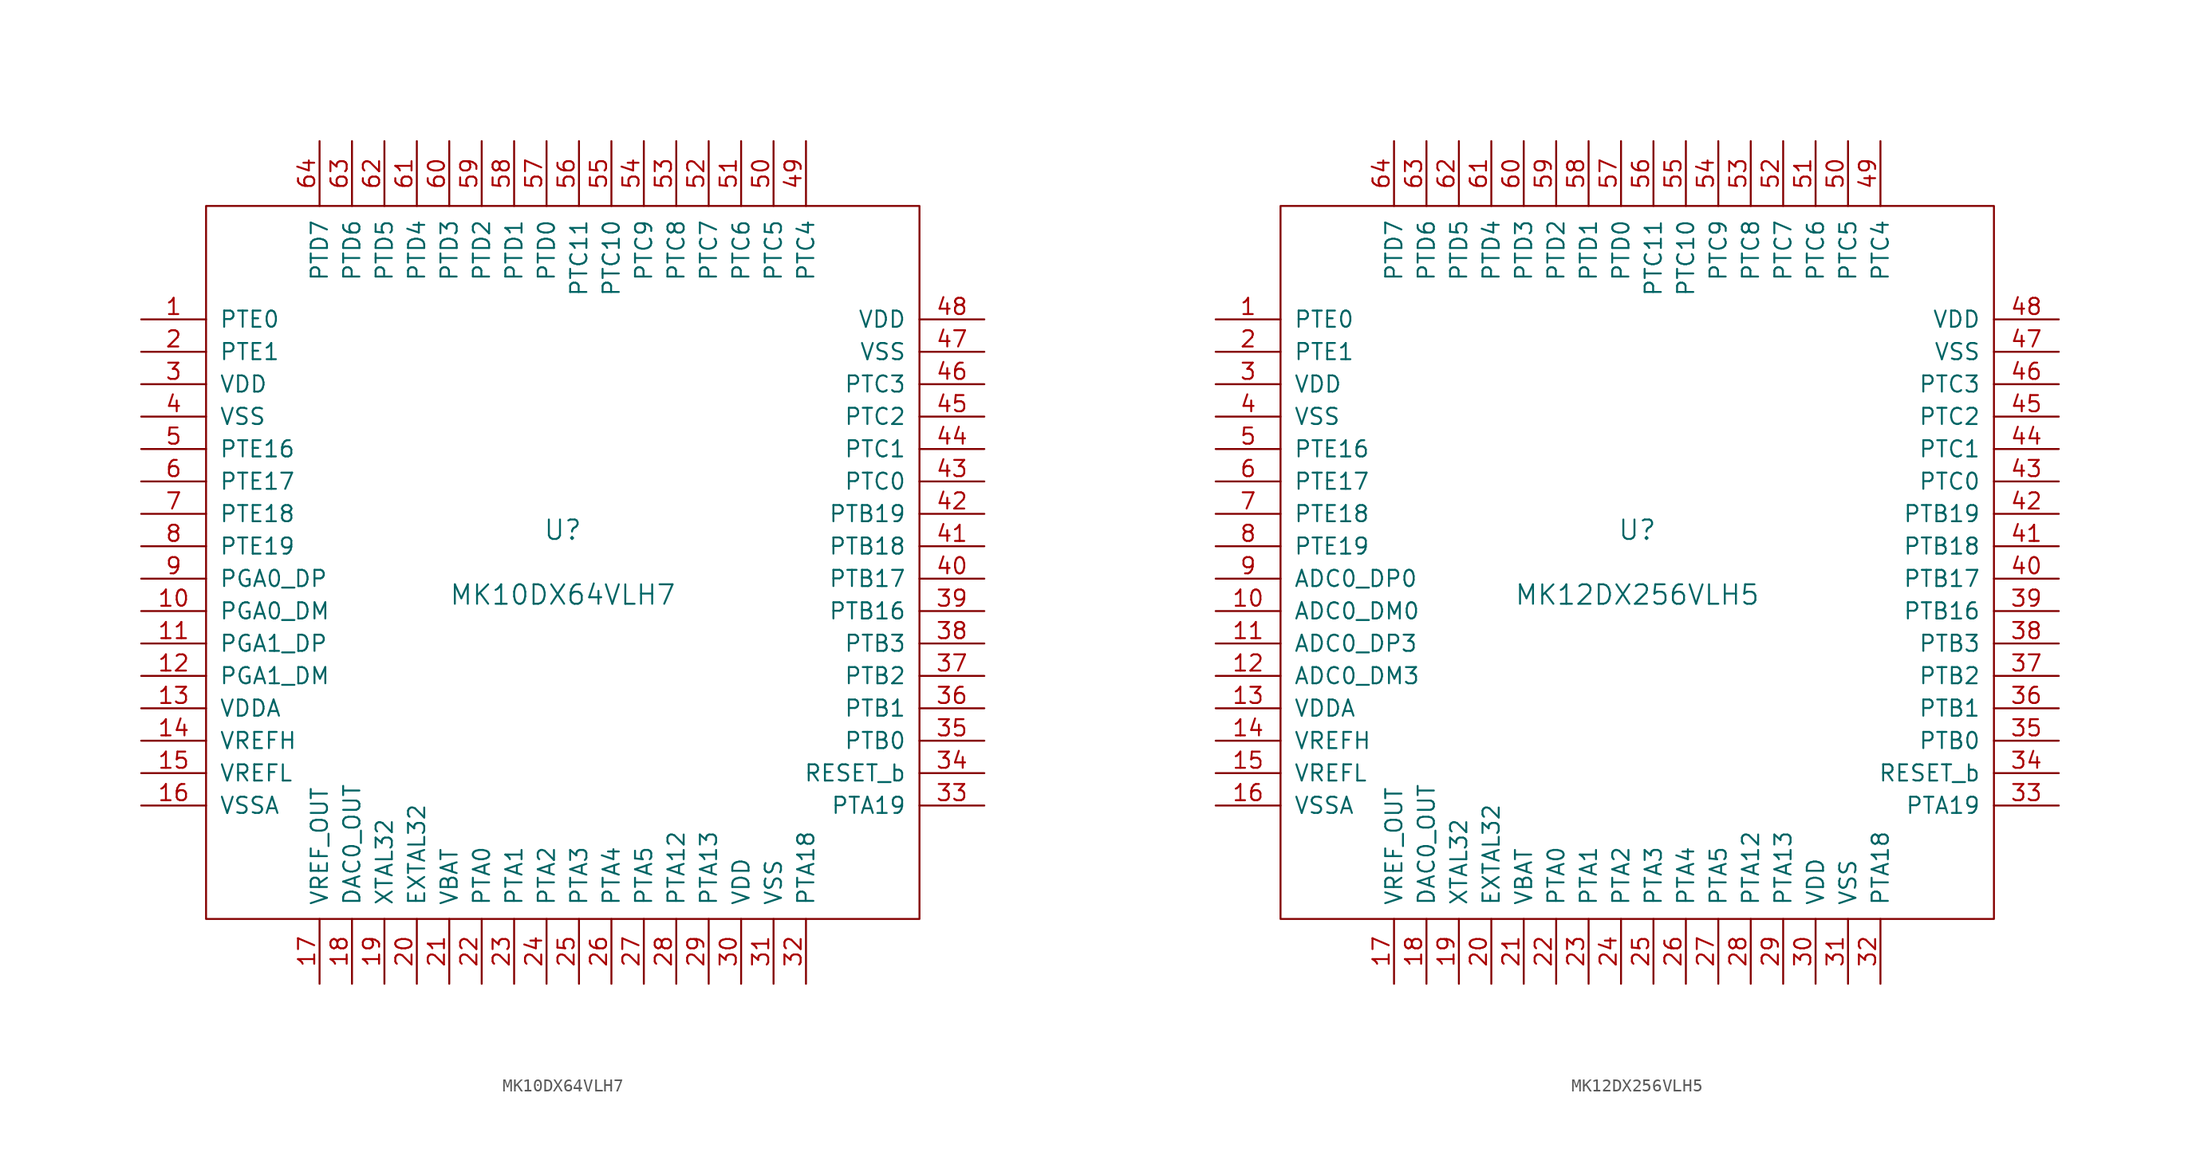
<source format=kicad_sym>
(kicad_symbol_lib
  (version 20201005)
  (generator kicad_symbol_editor)
  (symbol "MK10DX64VLH7"
    (pin_names
      (offset 1.016))
    (property "Reference" "U"
      (at 0 2.54 0)
      (effects (font (size 1.524 1.524))))
    (property "Value" "MK10DX64VLH7"
      (at 0 -2.54 0)
      (effects (font (size 1.524 1.524))))
    (symbol "MK10DX64VLH7_0_1"
      (rectangle (start -27.94 27.94) (end 27.94 -27.94) (stroke (width 0)) (fill (type none))))
    (symbol "MK10DX64VLH7_1_1"
      (pin bidirectional line (at -33.02 19.05 0) (length 5.08) (name "PTE0" (effects (font (size 1.27 1.27)))) (number "1" (effects (font (size 1.27 1.27)))))
      (pin input line (at -33.02 -3.81 0) (length 5.08) (name "PGA0_DM" (effects (font (size 1.27 1.27)))) (number "10" (effects (font (size 1.27 1.27)))))
      (pin input line (at -33.02 -6.35 0) (length 5.08) (name "PGA1_DP" (effects (font (size 1.27 1.27)))) (number "11" (effects (font (size 1.27 1.27)))))
      (pin bidirectional line (at -33.02 -8.89 0) (length 5.08) (name "PGA1_DM" (effects (font (size 1.27 1.27)))) (number "12" (effects (font (size 1.27 1.27)))))
      (pin power_in line (at -33.02 -11.43 0) (length 5.08) (name "VDDA" (effects (font (size 1.27 1.27)))) (number "13" (effects (font (size 1.27 1.27)))))
      (pin power_in line (at -33.02 -13.97 0) (length 5.08) (name "VREFH" (effects (font (size 1.27 1.27)))) (number "14" (effects (font (size 1.27 1.27)))))
      (pin power_in line (at -33.02 -16.51 0) (length 5.08) (name "VREFL" (effects (font (size 1.27 1.27)))) (number "15" (effects (font (size 1.27 1.27)))))
      (pin power_in line (at -33.02 -19.05 0) (length 5.08) (name "VSSA" (effects (font (size 1.27 1.27)))) (number "16" (effects (font (size 1.27 1.27)))))
      (pin bidirectional line (at -19.05 -33.02 90) (length 5.08) (name "VREF_OUT" (effects (font (size 1.27 1.27)))) (number "17" (effects (font (size 1.27 1.27)))))
      (pin bidirectional line (at -16.51 -33.02 90) (length 5.08) (name "DAC0_OUT" (effects (font (size 1.27 1.27)))) (number "18" (effects (font (size 1.27 1.27)))))
      (pin passive line (at -13.97 -33.02 90) (length 5.08) (name "XTAL32" (effects (font (size 1.27 1.27)))) (number "19" (effects (font (size 1.27 1.27)))))
      (pin bidirectional line (at -33.02 16.51 0) (length 5.08) (name "PTE1" (effects (font (size 1.27 1.27)))) (number "2" (effects (font (size 1.27 1.27)))))
      (pin passive line (at -11.43 -33.02 90) (length 5.08) (name "EXTAL32" (effects (font (size 1.27 1.27)))) (number "20" (effects (font (size 1.27 1.27)))))
      (pin power_in line (at -8.89 -33.02 90) (length 5.08) (name "VBAT" (effects (font (size 1.27 1.27)))) (number "21" (effects (font (size 1.27 1.27)))))
      (pin bidirectional line (at -6.35 -33.02 90) (length 5.08) (name "PTA0" (effects (font (size 1.27 1.27)))) (number "22" (effects (font (size 1.27 1.27)))))
      (pin bidirectional line (at -3.81 -33.02 90) (length 5.08) (name "PTA1" (effects (font (size 1.27 1.27)))) (number "23" (effects (font (size 1.27 1.27)))))
      (pin bidirectional line (at -1.27 -33.02 90) (length 5.08) (name "PTA2" (effects (font (size 1.27 1.27)))) (number "24" (effects (font (size 1.27 1.27)))))
      (pin bidirectional line (at 1.27 -33.02 90) (length 5.08) (name "PTA3" (effects (font (size 1.27 1.27)))) (number "25" (effects (font (size 1.27 1.27)))))
      (pin bidirectional line (at 3.81 -33.02 90) (length 5.08) (name "PTA4" (effects (font (size 1.27 1.27)))) (number "26" (effects (font (size 1.27 1.27)))))
      (pin bidirectional line (at 6.35 -33.02 90) (length 5.08) (name "PTA5" (effects (font (size 1.27 1.27)))) (number "27" (effects (font (size 1.27 1.27)))))
      (pin bidirectional line (at 8.89 -33.02 90) (length 5.08) (name "PTA12" (effects (font (size 1.27 1.27)))) (number "28" (effects (font (size 1.27 1.27)))))
      (pin bidirectional line (at 11.43 -33.02 90) (length 5.08) (name "PTA13" (effects (font (size 1.27 1.27)))) (number "29" (effects (font (size 1.27 1.27)))))
      (pin power_in line (at -33.02 13.97 0) (length 5.08) (name "VDD" (effects (font (size 1.27 1.27)))) (number "3" (effects (font (size 1.27 1.27)))))
      (pin power_in line (at 13.97 -33.02 90) (length 5.08) (name "VDD" (effects (font (size 1.27 1.27)))) (number "30" (effects (font (size 1.27 1.27)))))
      (pin power_in line (at 16.51 -33.02 90) (length 5.08) (name "VSS" (effects (font (size 1.27 1.27)))) (number "31" (effects (font (size 1.27 1.27)))))
      (pin bidirectional line (at 19.05 -33.02 90) (length 5.08) (name "PTA18" (effects (font (size 1.27 1.27)))) (number "32" (effects (font (size 1.27 1.27)))))
      (pin bidirectional line (at 33.02 -19.05 180) (length 5.08) (name "PTA19" (effects (font (size 1.27 1.27)))) (number "33" (effects (font (size 1.27 1.27)))))
      (pin bidirectional line (at 33.02 -16.51 180) (length 5.08) (name "RESET_b" (effects (font (size 1.27 1.27)))) (number "34" (effects (font (size 1.27 1.27)))))
      (pin input line (at 33.02 -13.97 180) (length 5.08) (name "PTB0" (effects (font (size 1.27 1.27)))) (number "35" (effects (font (size 1.27 1.27)))))
      (pin input line (at 33.02 -11.43 180) (length 5.08) (name "PTB1" (effects (font (size 1.27 1.27)))) (number "36" (effects (font (size 1.27 1.27)))))
      (pin bidirectional line (at 33.02 -8.89 180) (length 5.08) (name "PTB2" (effects (font (size 1.27 1.27)))) (number "37" (effects (font (size 1.27 1.27)))))
      (pin bidirectional line (at 33.02 -6.35 180) (length 5.08) (name "PTB3" (effects (font (size 1.27 1.27)))) (number "38" (effects (font (size 1.27 1.27)))))
      (pin bidirectional line (at 33.02 -3.81 180) (length 5.08) (name "PTB16" (effects (font (size 1.27 1.27)))) (number "39" (effects (font (size 1.27 1.27)))))
      (pin power_in line (at -33.02 11.43 0) (length 5.08) (name "VSS" (effects (font (size 1.27 1.27)))) (number "4" (effects (font (size 1.27 1.27)))))
      (pin bidirectional line (at 33.02 -1.27 180) (length 5.08) (name "PTB17" (effects (font (size 1.27 1.27)))) (number "40" (effects (font (size 1.27 1.27)))))
      (pin bidirectional line (at 33.02 1.27 180) (length 5.08) (name "PTB18" (effects (font (size 1.27 1.27)))) (number "41" (effects (font (size 1.27 1.27)))))
      (pin bidirectional line (at 33.02 3.81 180) (length 5.08) (name "PTB19" (effects (font (size 1.27 1.27)))) (number "42" (effects (font (size 1.27 1.27)))))
      (pin bidirectional line (at 33.02 6.35 180) (length 5.08) (name "PTC0" (effects (font (size 1.27 1.27)))) (number "43" (effects (font (size 1.27 1.27)))))
      (pin power_in line (at 33.02 8.89 180) (length 5.08) (name "PTC1" (effects (font (size 1.27 1.27)))) (number "44" (effects (font (size 1.27 1.27)))))
      (pin bidirectional line (at 33.02 11.43 180) (length 5.08) (name "PTC2" (effects (font (size 1.27 1.27)))) (number "45" (effects (font (size 1.27 1.27)))))
      (pin bidirectional line (at 33.02 13.97 180) (length 5.08) (name "PTC3" (effects (font (size 1.27 1.27)))) (number "46" (effects (font (size 1.27 1.27)))))
      (pin power_in line (at 33.02 16.51 180) (length 5.08) (name "VSS" (effects (font (size 1.27 1.27)))) (number "47" (effects (font (size 1.27 1.27)))))
      (pin power_in line (at 33.02 19.05 180) (length 5.08) (name "VDD" (effects (font (size 1.27 1.27)))) (number "48" (effects (font (size 1.27 1.27)))))
      (pin bidirectional line (at 19.05 33.02 270) (length 5.08) (name "PTC4" (effects (font (size 1.27 1.27)))) (number "49" (effects (font (size 1.27 1.27)))))
      (pin bidirectional line (at -33.02 8.89 0) (length 5.08) (name "PTE16" (effects (font (size 1.27 1.27)))) (number "5" (effects (font (size 1.27 1.27)))))
      (pin bidirectional line (at 16.51 33.02 270) (length 5.08) (name "PTC5" (effects (font (size 1.27 1.27)))) (number "50" (effects (font (size 1.27 1.27)))))
      (pin bidirectional line (at 13.97 33.02 270) (length 5.08) (name "PTC6" (effects (font (size 1.27 1.27)))) (number "51" (effects (font (size 1.27 1.27)))))
      (pin bidirectional line (at 11.43 33.02 270) (length 5.08) (name "PTC7" (effects (font (size 1.27 1.27)))) (number "52" (effects (font (size 1.27 1.27)))))
      (pin bidirectional line (at 8.89 33.02 270) (length 5.08) (name "PTC8" (effects (font (size 1.27 1.27)))) (number "53" (effects (font (size 1.27 1.27)))))
      (pin power_in line (at 6.35 33.02 270) (length 5.08) (name "PTC9" (effects (font (size 1.27 1.27)))) (number "54" (effects (font (size 1.27 1.27)))))
      (pin bidirectional line (at 3.81 33.02 270) (length 5.08) (name "PTC10" (effects (font (size 1.27 1.27)))) (number "55" (effects (font (size 1.27 1.27)))))
      (pin bidirectional line (at 1.27 33.02 270) (length 5.08) (name "PTC11" (effects (font (size 1.27 1.27)))) (number "56" (effects (font (size 1.27 1.27)))))
      (pin bidirectional line (at -1.27 33.02 270) (length 5.08) (name "PTD0" (effects (font (size 1.27 1.27)))) (number "57" (effects (font (size 1.27 1.27)))))
      (pin bidirectional line (at -3.81 33.02 270) (length 5.08) (name "PTD1" (effects (font (size 1.27 1.27)))) (number "58" (effects (font (size 1.27 1.27)))))
      (pin bidirectional line (at -6.35 33.02 270) (length 5.08) (name "PTD2" (effects (font (size 1.27 1.27)))) (number "59" (effects (font (size 1.27 1.27)))))
      (pin bidirectional line (at -33.02 6.35 0) (length 5.08) (name "PTE17" (effects (font (size 1.27 1.27)))) (number "6" (effects (font (size 1.27 1.27)))))
      (pin bidirectional line (at -8.89 33.02 270) (length 5.08) (name "PTD3" (effects (font (size 1.27 1.27)))) (number "60" (effects (font (size 1.27 1.27)))))
      (pin bidirectional line (at -11.43 33.02 270) (length 5.08) (name "PTD4" (effects (font (size 1.27 1.27)))) (number "61" (effects (font (size 1.27 1.27)))))
      (pin bidirectional line (at -13.97 33.02 270) (length 5.08) (name "PTD5" (effects (font (size 1.27 1.27)))) (number "62" (effects (font (size 1.27 1.27)))))
      (pin bidirectional line (at -16.51 33.02 270) (length 5.08) (name "PTD6" (effects (font (size 1.27 1.27)))) (number "63" (effects (font (size 1.27 1.27)))))
      (pin bidirectional line (at -19.05 33.02 270) (length 5.08) (name "PTD7" (effects (font (size 1.27 1.27)))) (number "64" (effects (font (size 1.27 1.27)))))
      (pin bidirectional line (at -33.02 3.81 0) (length 5.08) (name "PTE18" (effects (font (size 1.27 1.27)))) (number "7" (effects (font (size 1.27 1.27)))))
      (pin bidirectional line (at -33.02 1.27 0) (length 5.08) (name "PTE19" (effects (font (size 1.27 1.27)))) (number "8" (effects (font (size 1.27 1.27)))))
      (pin input line (at -33.02 -1.27 0) (length 5.08) (name "PGA0_DP" (effects (font (size 1.27 1.27)))) (number "9" (effects (font (size 1.27 1.27)))))))
  (symbol "MK12DX256VLH5"
    (pin_names
      (offset 1.016))
    (property "Reference" "U"
      (at 0 2.54 0)
      (effects (font (size 1.524 1.524))))
    (property "Value" "MK12DX256VLH5"
      (at 0 -2.54 0)
      (effects (font (size 1.524 1.524))))
    (symbol "MK12DX256VLH5_0_1"
      (rectangle (start -27.94 27.94) (end 27.94 -27.94) (stroke (width 0)) (fill (type none))))
    (symbol "MK12DX256VLH5_1_1"
      (pin bidirectional line (at -33.02 19.05 0) (length 5.08) (name "PTE0" (effects (font (size 1.27 1.27)))) (number "1" (effects (font (size 1.27 1.27)))))
      (pin input line (at -33.02 -3.81 0) (length 5.08) (name "ADC0_DM0" (effects (font (size 1.27 1.27)))) (number "10" (effects (font (size 1.27 1.27)))))
      (pin input line (at -33.02 -6.35 0) (length 5.08) (name "ADC0_DP3" (effects (font (size 1.27 1.27)))) (number "11" (effects (font (size 1.27 1.27)))))
      (pin bidirectional line (at -33.02 -8.89 0) (length 5.08) (name "ADC0_DM3" (effects (font (size 1.27 1.27)))) (number "12" (effects (font (size 1.27 1.27)))))
      (pin power_in line (at -33.02 -11.43 0) (length 5.08) (name "VDDA" (effects (font (size 1.27 1.27)))) (number "13" (effects (font (size 1.27 1.27)))))
      (pin power_in line (at -33.02 -13.97 0) (length 5.08) (name "VREFH" (effects (font (size 1.27 1.27)))) (number "14" (effects (font (size 1.27 1.27)))))
      (pin power_in line (at -33.02 -16.51 0) (length 5.08) (name "VREFL" (effects (font (size 1.27 1.27)))) (number "15" (effects (font (size 1.27 1.27)))))
      (pin power_in line (at -33.02 -19.05 0) (length 5.08) (name "VSSA" (effects (font (size 1.27 1.27)))) (number "16" (effects (font (size 1.27 1.27)))))
      (pin bidirectional line (at -19.05 -33.02 90) (length 5.08) (name "VREF_OUT" (effects (font (size 1.27 1.27)))) (number "17" (effects (font (size 1.27 1.27)))))
      (pin bidirectional line (at -16.51 -33.02 90) (length 5.08) (name "DAC0_OUT" (effects (font (size 1.27 1.27)))) (number "18" (effects (font (size 1.27 1.27)))))
      (pin passive line (at -13.97 -33.02 90) (length 5.08) (name "XTAL32" (effects (font (size 1.27 1.27)))) (number "19" (effects (font (size 1.27 1.27)))))
      (pin bidirectional line (at -33.02 16.51 0) (length 5.08) (name "PTE1" (effects (font (size 1.27 1.27)))) (number "2" (effects (font (size 1.27 1.27)))))
      (pin passive line (at -11.43 -33.02 90) (length 5.08) (name "EXTAL32" (effects (font (size 1.27 1.27)))) (number "20" (effects (font (size 1.27 1.27)))))
      (pin power_in line (at -8.89 -33.02 90) (length 5.08) (name "VBAT" (effects (font (size 1.27 1.27)))) (number "21" (effects (font (size 1.27 1.27)))))
      (pin bidirectional line (at -6.35 -33.02 90) (length 5.08) (name "PTA0" (effects (font (size 1.27 1.27)))) (number "22" (effects (font (size 1.27 1.27)))))
      (pin bidirectional line (at -3.81 -33.02 90) (length 5.08) (name "PTA1" (effects (font (size 1.27 1.27)))) (number "23" (effects (font (size 1.27 1.27)))))
      (pin bidirectional line (at -1.27 -33.02 90) (length 5.08) (name "PTA2" (effects (font (size 1.27 1.27)))) (number "24" (effects (font (size 1.27 1.27)))))
      (pin bidirectional line (at 1.27 -33.02 90) (length 5.08) (name "PTA3" (effects (font (size 1.27 1.27)))) (number "25" (effects (font (size 1.27 1.27)))))
      (pin bidirectional line (at 3.81 -33.02 90) (length 5.08) (name "PTA4" (effects (font (size 1.27 1.27)))) (number "26" (effects (font (size 1.27 1.27)))))
      (pin bidirectional line (at 6.35 -33.02 90) (length 5.08) (name "PTA5" (effects (font (size 1.27 1.27)))) (number "27" (effects (font (size 1.27 1.27)))))
      (pin bidirectional line (at 8.89 -33.02 90) (length 5.08) (name "PTA12" (effects (font (size 1.27 1.27)))) (number "28" (effects (font (size 1.27 1.27)))))
      (pin bidirectional line (at 11.43 -33.02 90) (length 5.08) (name "PTA13" (effects (font (size 1.27 1.27)))) (number "29" (effects (font (size 1.27 1.27)))))
      (pin power_in line (at -33.02 13.97 0) (length 5.08) (name "VDD" (effects (font (size 1.27 1.27)))) (number "3" (effects (font (size 1.27 1.27)))))
      (pin power_in line (at 13.97 -33.02 90) (length 5.08) (name "VDD" (effects (font (size 1.27 1.27)))) (number "30" (effects (font (size 1.27 1.27)))))
      (pin power_in line (at 16.51 -33.02 90) (length 5.08) (name "VSS" (effects (font (size 1.27 1.27)))) (number "31" (effects (font (size 1.27 1.27)))))
      (pin bidirectional line (at 19.05 -33.02 90) (length 5.08) (name "PTA18" (effects (font (size 1.27 1.27)))) (number "32" (effects (font (size 1.27 1.27)))))
      (pin bidirectional line (at 33.02 -19.05 180) (length 5.08) (name "PTA19" (effects (font (size 1.27 1.27)))) (number "33" (effects (font (size 1.27 1.27)))))
      (pin bidirectional line (at 33.02 -16.51 180) (length 5.08) (name "RESET_b" (effects (font (size 1.27 1.27)))) (number "34" (effects (font (size 1.27 1.27)))))
      (pin input line (at 33.02 -13.97 180) (length 5.08) (name "PTB0" (effects (font (size 1.27 1.27)))) (number "35" (effects (font (size 1.27 1.27)))))
      (pin input line (at 33.02 -11.43 180) (length 5.08) (name "PTB1" (effects (font (size 1.27 1.27)))) (number "36" (effects (font (size 1.27 1.27)))))
      (pin bidirectional line (at 33.02 -8.89 180) (length 5.08) (name "PTB2" (effects (font (size 1.27 1.27)))) (number "37" (effects (font (size 1.27 1.27)))))
      (pin bidirectional line (at 33.02 -6.35 180) (length 5.08) (name "PTB3" (effects (font (size 1.27 1.27)))) (number "38" (effects (font (size 1.27 1.27)))))
      (pin bidirectional line (at 33.02 -3.81 180) (length 5.08) (name "PTB16" (effects (font (size 1.27 1.27)))) (number "39" (effects (font (size 1.27 1.27)))))
      (pin power_in line (at -33.02 11.43 0) (length 5.08) (name "VSS" (effects (font (size 1.27 1.27)))) (number "4" (effects (font (size 1.27 1.27)))))
      (pin bidirectional line (at 33.02 -1.27 180) (length 5.08) (name "PTB17" (effects (font (size 1.27 1.27)))) (number "40" (effects (font (size 1.27 1.27)))))
      (pin bidirectional line (at 33.02 1.27 180) (length 5.08) (name "PTB18" (effects (font (size 1.27 1.27)))) (number "41" (effects (font (size 1.27 1.27)))))
      (pin bidirectional line (at 33.02 3.81 180) (length 5.08) (name "PTB19" (effects (font (size 1.27 1.27)))) (number "42" (effects (font (size 1.27 1.27)))))
      (pin bidirectional line (at 33.02 6.35 180) (length 5.08) (name "PTC0" (effects (font (size 1.27 1.27)))) (number "43" (effects (font (size 1.27 1.27)))))
      (pin power_in line (at 33.02 8.89 180) (length 5.08) (name "PTC1" (effects (font (size 1.27 1.27)))) (number "44" (effects (font (size 1.27 1.27)))))
      (pin bidirectional line (at 33.02 11.43 180) (length 5.08) (name "PTC2" (effects (font (size 1.27 1.27)))) (number "45" (effects (font (size 1.27 1.27)))))
      (pin bidirectional line (at 33.02 13.97 180) (length 5.08) (name "PTC3" (effects (font (size 1.27 1.27)))) (number "46" (effects (font (size 1.27 1.27)))))
      (pin power_in line (at 33.02 16.51 180) (length 5.08) (name "VSS" (effects (font (size 1.27 1.27)))) (number "47" (effects (font (size 1.27 1.27)))))
      (pin power_in line (at 33.02 19.05 180) (length 5.08) (name "VDD" (effects (font (size 1.27 1.27)))) (number "48" (effects (font (size 1.27 1.27)))))
      (pin bidirectional line (at 19.05 33.02 270) (length 5.08) (name "PTC4" (effects (font (size 1.27 1.27)))) (number "49" (effects (font (size 1.27 1.27)))))
      (pin bidirectional line (at -33.02 8.89 0) (length 5.08) (name "PTE16" (effects (font (size 1.27 1.27)))) (number "5" (effects (font (size 1.27 1.27)))))
      (pin bidirectional line (at 16.51 33.02 270) (length 5.08) (name "PTC5" (effects (font (size 1.27 1.27)))) (number "50" (effects (font (size 1.27 1.27)))))
      (pin bidirectional line (at 13.97 33.02 270) (length 5.08) (name "PTC6" (effects (font (size 1.27 1.27)))) (number "51" (effects (font (size 1.27 1.27)))))
      (pin bidirectional line (at 11.43 33.02 270) (length 5.08) (name "PTC7" (effects (font (size 1.27 1.27)))) (number "52" (effects (font (size 1.27 1.27)))))
      (pin bidirectional line (at 8.89 33.02 270) (length 5.08) (name "PTC8" (effects (font (size 1.27 1.27)))) (number "53" (effects (font (size 1.27 1.27)))))
      (pin power_in line (at 6.35 33.02 270) (length 5.08) (name "PTC9" (effects (font (size 1.27 1.27)))) (number "54" (effects (font (size 1.27 1.27)))))
      (pin bidirectional line (at 3.81 33.02 270) (length 5.08) (name "PTC10" (effects (font (size 1.27 1.27)))) (number "55" (effects (font (size 1.27 1.27)))))
      (pin bidirectional line (at 1.27 33.02 270) (length 5.08) (name "PTC11" (effects (font (size 1.27 1.27)))) (number "56" (effects (font (size 1.27 1.27)))))
      (pin bidirectional line (at -1.27 33.02 270) (length 5.08) (name "PTD0" (effects (font (size 1.27 1.27)))) (number "57" (effects (font (size 1.27 1.27)))))
      (pin bidirectional line (at -3.81 33.02 270) (length 5.08) (name "PTD1" (effects (font (size 1.27 1.27)))) (number "58" (effects (font (size 1.27 1.27)))))
      (pin bidirectional line (at -6.35 33.02 270) (length 5.08) (name "PTD2" (effects (font (size 1.27 1.27)))) (number "59" (effects (font (size 1.27 1.27)))))
      (pin bidirectional line (at -33.02 6.35 0) (length 5.08) (name "PTE17" (effects (font (size 1.27 1.27)))) (number "6" (effects (font (size 1.27 1.27)))))
      (pin bidirectional line (at -8.89 33.02 270) (length 5.08) (name "PTD3" (effects (font (size 1.27 1.27)))) (number "60" (effects (font (size 1.27 1.27)))))
      (pin bidirectional line (at -11.43 33.02 270) (length 5.08) (name "PTD4" (effects (font (size 1.27 1.27)))) (number "61" (effects (font (size 1.27 1.27)))))
      (pin bidirectional line (at -13.97 33.02 270) (length 5.08) (name "PTD5" (effects (font (size 1.27 1.27)))) (number "62" (effects (font (size 1.27 1.27)))))
      (pin bidirectional line (at -16.51 33.02 270) (length 5.08) (name "PTD6" (effects (font (size 1.27 1.27)))) (number "63" (effects (font (size 1.27 1.27)))))
      (pin bidirectional line (at -19.05 33.02 270) (length 5.08) (name "PTD7" (effects (font (size 1.27 1.27)))) (number "64" (effects (font (size 1.27 1.27)))))
      (pin bidirectional line (at -33.02 3.81 0) (length 5.08) (name "PTE18" (effects (font (size 1.27 1.27)))) (number "7" (effects (font (size 1.27 1.27)))))
      (pin bidirectional line (at -33.02 1.27 0) (length 5.08) (name "PTE19" (effects (font (size 1.27 1.27)))) (number "8" (effects (font (size 1.27 1.27)))))
      (pin input line (at -33.02 -1.27 0) (length 5.08) (name "ADC0_DP0" (effects (font (size 1.27 1.27)))) (number "9" (effects (font (size 1.27 1.27))))))))
</source>
